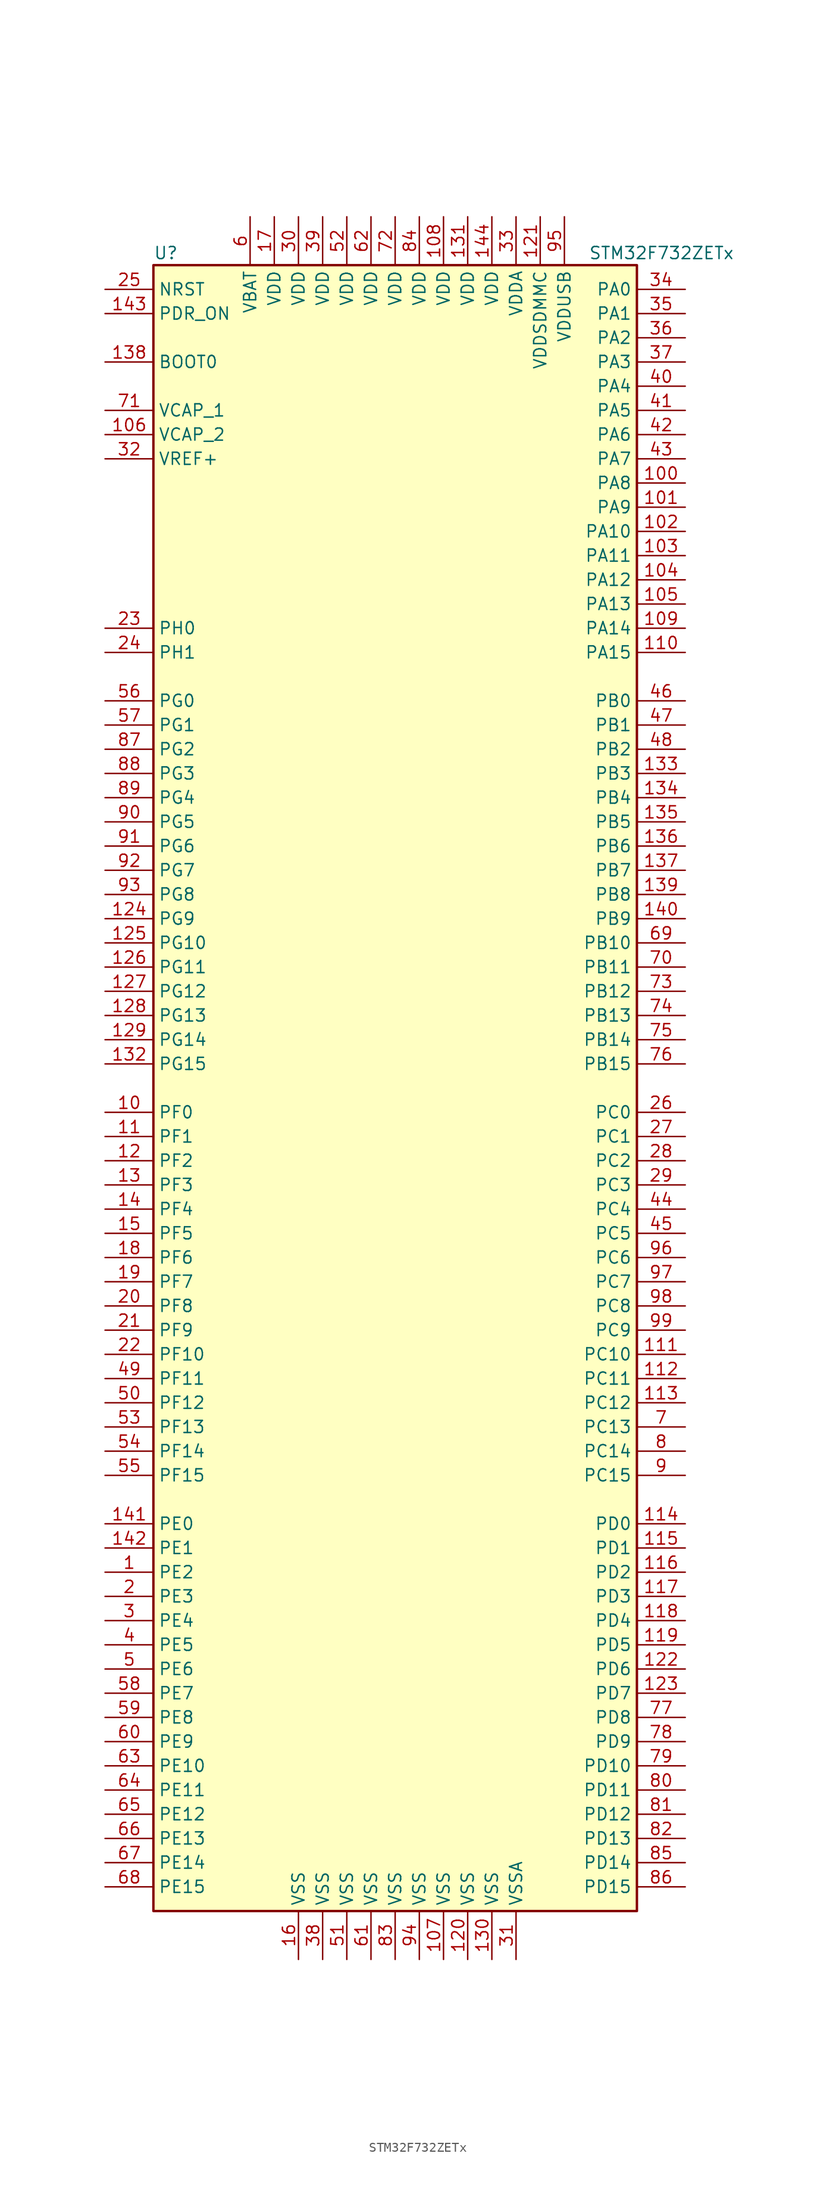
<source format=kicad_sym>
(kicad_symbol_lib
  (version 20201005)
  (generator kicad_symbol_editor)
  (symbol "MCU_ST_STM32F7:STM32F732ZETx"
    (property "Reference" "U"
      (at -25.4 87.63 0)
      (effects (font (size 1.27 1.27)) (justify left)))
    (property "Value" "STM32F732ZETx"
      (at 20.32 87.63 0)
      (effects (font (size 1.27 1.27)) (justify left)))
    (symbol "STM32F732ZETx_0_1"
      (rectangle (start -25.4 -86.36) (end 25.4 86.36) (stroke (width 0.254)) (fill (type background))))
    (symbol "STM32F732ZETx_1_1"
      (pin input line (at -30.48 76.2 0) (length 5.08) (name "BOOT0" (effects (font (size 1.27 1.27)))) (number "138" (effects (font (size 1.27 1.27)))))
      (pin input line (at -30.48 83.82 0) (length 5.08) (name "NRST" (effects (font (size 1.27 1.27)))) (number "25" (effects (font (size 1.27 1.27)))))
      (pin bidirectional line (at 30.48 83.82 180) (length 5.08) (name "PA0" (effects (font (size 1.27 1.27)))) (number "34" (effects (font (size 1.27 1.27)))))
      (pin bidirectional line (at 30.48 81.28 180) (length 5.08) (name "PA1" (effects (font (size 1.27 1.27)))) (number "35" (effects (font (size 1.27 1.27)))))
      (pin bidirectional line (at 30.48 58.42 180) (length 5.08) (name "PA10" (effects (font (size 1.27 1.27)))) (number "102" (effects (font (size 1.27 1.27)))))
      (pin bidirectional line (at 30.48 55.88 180) (length 5.08) (name "PA11" (effects (font (size 1.27 1.27)))) (number "103" (effects (font (size 1.27 1.27)))))
      (pin bidirectional line (at 30.48 53.34 180) (length 5.08) (name "PA12" (effects (font (size 1.27 1.27)))) (number "104" (effects (font (size 1.27 1.27)))))
      (pin bidirectional line (at 30.48 50.8 180) (length 5.08) (name "PA13" (effects (font (size 1.27 1.27)))) (number "105" (effects (font (size 1.27 1.27)))))
      (pin bidirectional line (at 30.48 48.26 180) (length 5.08) (name "PA14" (effects (font (size 1.27 1.27)))) (number "109" (effects (font (size 1.27 1.27)))))
      (pin bidirectional line (at 30.48 45.72 180) (length 5.08) (name "PA15" (effects (font (size 1.27 1.27)))) (number "110" (effects (font (size 1.27 1.27)))))
      (pin bidirectional line (at 30.48 78.74 180) (length 5.08) (name "PA2" (effects (font (size 1.27 1.27)))) (number "36" (effects (font (size 1.27 1.27)))))
      (pin bidirectional line (at 30.48 76.2 180) (length 5.08) (name "PA3" (effects (font (size 1.27 1.27)))) (number "37" (effects (font (size 1.27 1.27)))))
      (pin bidirectional line (at 30.48 73.66 180) (length 5.08) (name "PA4" (effects (font (size 1.27 1.27)))) (number "40" (effects (font (size 1.27 1.27)))))
      (pin bidirectional line (at 30.48 71.12 180) (length 5.08) (name "PA5" (effects (font (size 1.27 1.27)))) (number "41" (effects (font (size 1.27 1.27)))))
      (pin bidirectional line (at 30.48 68.58 180) (length 5.08) (name "PA6" (effects (font (size 1.27 1.27)))) (number "42" (effects (font (size 1.27 1.27)))))
      (pin bidirectional line (at 30.48 66.04 180) (length 5.08) (name "PA7" (effects (font (size 1.27 1.27)))) (number "43" (effects (font (size 1.27 1.27)))))
      (pin bidirectional line (at 30.48 63.5 180) (length 5.08) (name "PA8" (effects (font (size 1.27 1.27)))) (number "100" (effects (font (size 1.27 1.27)))))
      (pin bidirectional line (at 30.48 60.96 180) (length 5.08) (name "PA9" (effects (font (size 1.27 1.27)))) (number "101" (effects (font (size 1.27 1.27)))))
      (pin bidirectional line (at 30.48 40.64 180) (length 5.08) (name "PB0" (effects (font (size 1.27 1.27)))) (number "46" (effects (font (size 1.27 1.27)))))
      (pin bidirectional line (at 30.48 38.1 180) (length 5.08) (name "PB1" (effects (font (size 1.27 1.27)))) (number "47" (effects (font (size 1.27 1.27)))))
      (pin bidirectional line (at 30.48 15.24 180) (length 5.08) (name "PB10" (effects (font (size 1.27 1.27)))) (number "69" (effects (font (size 1.27 1.27)))))
      (pin bidirectional line (at 30.48 12.7 180) (length 5.08) (name "PB11" (effects (font (size 1.27 1.27)))) (number "70" (effects (font (size 1.27 1.27)))))
      (pin bidirectional line (at 30.48 10.16 180) (length 5.08) (name "PB12" (effects (font (size 1.27 1.27)))) (number "73" (effects (font (size 1.27 1.27)))))
      (pin bidirectional line (at 30.48 7.62 180) (length 5.08) (name "PB13" (effects (font (size 1.27 1.27)))) (number "74" (effects (font (size 1.27 1.27)))))
      (pin bidirectional line (at 30.48 5.08 180) (length 5.08) (name "PB14" (effects (font (size 1.27 1.27)))) (number "75" (effects (font (size 1.27 1.27)))))
      (pin bidirectional line (at 30.48 2.54 180) (length 5.08) (name "PB15" (effects (font (size 1.27 1.27)))) (number "76" (effects (font (size 1.27 1.27)))))
      (pin bidirectional line (at 30.48 35.56 180) (length 5.08) (name "PB2" (effects (font (size 1.27 1.27)))) (number "48" (effects (font (size 1.27 1.27)))))
      (pin bidirectional line (at 30.48 33.02 180) (length 5.08) (name "PB3" (effects (font (size 1.27 1.27)))) (number "133" (effects (font (size 1.27 1.27)))))
      (pin bidirectional line (at 30.48 30.48 180) (length 5.08) (name "PB4" (effects (font (size 1.27 1.27)))) (number "134" (effects (font (size 1.27 1.27)))))
      (pin bidirectional line (at 30.48 27.94 180) (length 5.08) (name "PB5" (effects (font (size 1.27 1.27)))) (number "135" (effects (font (size 1.27 1.27)))))
      (pin bidirectional line (at 30.48 25.4 180) (length 5.08) (name "PB6" (effects (font (size 1.27 1.27)))) (number "136" (effects (font (size 1.27 1.27)))))
      (pin bidirectional line (at 30.48 22.86 180) (length 5.08) (name "PB7" (effects (font (size 1.27 1.27)))) (number "137" (effects (font (size 1.27 1.27)))))
      (pin bidirectional line (at 30.48 20.32 180) (length 5.08) (name "PB8" (effects (font (size 1.27 1.27)))) (number "139" (effects (font (size 1.27 1.27)))))
      (pin bidirectional line (at 30.48 17.78 180) (length 5.08) (name "PB9" (effects (font (size 1.27 1.27)))) (number "140" (effects (font (size 1.27 1.27)))))
      (pin bidirectional line (at 30.48 -2.54 180) (length 5.08) (name "PC0" (effects (font (size 1.27 1.27)))) (number "26" (effects (font (size 1.27 1.27)))))
      (pin bidirectional line (at 30.48 -5.08 180) (length 5.08) (name "PC1" (effects (font (size 1.27 1.27)))) (number "27" (effects (font (size 1.27 1.27)))))
      (pin bidirectional line (at 30.48 -27.94 180) (length 5.08) (name "PC10" (effects (font (size 1.27 1.27)))) (number "111" (effects (font (size 1.27 1.27)))))
      (pin bidirectional line (at 30.48 -30.48 180) (length 5.08) (name "PC11" (effects (font (size 1.27 1.27)))) (number "112" (effects (font (size 1.27 1.27)))))
      (pin bidirectional line (at 30.48 -33.02 180) (length 5.08) (name "PC12" (effects (font (size 1.27 1.27)))) (number "113" (effects (font (size 1.27 1.27)))))
      (pin bidirectional line (at 30.48 -35.56 180) (length 5.08) (name "PC13" (effects (font (size 1.27 1.27)))) (number "7" (effects (font (size 1.27 1.27)))))
      (pin bidirectional line (at 30.48 -38.1 180) (length 5.08) (name "PC14" (effects (font (size 1.27 1.27)))) (number "8" (effects (font (size 1.27 1.27)))))
      (pin bidirectional line (at 30.48 -40.64 180) (length 5.08) (name "PC15" (effects (font (size 1.27 1.27)))) (number "9" (effects (font (size 1.27 1.27)))))
      (pin bidirectional line (at 30.48 -7.62 180) (length 5.08) (name "PC2" (effects (font (size 1.27 1.27)))) (number "28" (effects (font (size 1.27 1.27)))))
      (pin bidirectional line (at 30.48 -10.16 180) (length 5.08) (name "PC3" (effects (font (size 1.27 1.27)))) (number "29" (effects (font (size 1.27 1.27)))))
      (pin bidirectional line (at 30.48 -12.7 180) (length 5.08) (name "PC4" (effects (font (size 1.27 1.27)))) (number "44" (effects (font (size 1.27 1.27)))))
      (pin bidirectional line (at 30.48 -15.24 180) (length 5.08) (name "PC5" (effects (font (size 1.27 1.27)))) (number "45" (effects (font (size 1.27 1.27)))))
      (pin bidirectional line (at 30.48 -17.78 180) (length 5.08) (name "PC6" (effects (font (size 1.27 1.27)))) (number "96" (effects (font (size 1.27 1.27)))))
      (pin bidirectional line (at 30.48 -20.32 180) (length 5.08) (name "PC7" (effects (font (size 1.27 1.27)))) (number "97" (effects (font (size 1.27 1.27)))))
      (pin bidirectional line (at 30.48 -22.86 180) (length 5.08) (name "PC8" (effects (font (size 1.27 1.27)))) (number "98" (effects (font (size 1.27 1.27)))))
      (pin bidirectional line (at 30.48 -25.4 180) (length 5.08) (name "PC9" (effects (font (size 1.27 1.27)))) (number "99" (effects (font (size 1.27 1.27)))))
      (pin bidirectional line (at 30.48 -45.72 180) (length 5.08) (name "PD0" (effects (font (size 1.27 1.27)))) (number "114" (effects (font (size 1.27 1.27)))))
      (pin bidirectional line (at 30.48 -48.26 180) (length 5.08) (name "PD1" (effects (font (size 1.27 1.27)))) (number "115" (effects (font (size 1.27 1.27)))))
      (pin bidirectional line (at 30.48 -71.12 180) (length 5.08) (name "PD10" (effects (font (size 1.27 1.27)))) (number "79" (effects (font (size 1.27 1.27)))))
      (pin bidirectional line (at 30.48 -73.66 180) (length 5.08) (name "PD11" (effects (font (size 1.27 1.27)))) (number "80" (effects (font (size 1.27 1.27)))))
      (pin bidirectional line (at 30.48 -76.2 180) (length 5.08) (name "PD12" (effects (font (size 1.27 1.27)))) (number "81" (effects (font (size 1.27 1.27)))))
      (pin bidirectional line (at 30.48 -78.74 180) (length 5.08) (name "PD13" (effects (font (size 1.27 1.27)))) (number "82" (effects (font (size 1.27 1.27)))))
      (pin bidirectional line (at 30.48 -81.28 180) (length 5.08) (name "PD14" (effects (font (size 1.27 1.27)))) (number "85" (effects (font (size 1.27 1.27)))))
      (pin bidirectional line (at 30.48 -83.82 180) (length 5.08) (name "PD15" (effects (font (size 1.27 1.27)))) (number "86" (effects (font (size 1.27 1.27)))))
      (pin bidirectional line (at 30.48 -50.8 180) (length 5.08) (name "PD2" (effects (font (size 1.27 1.27)))) (number "116" (effects (font (size 1.27 1.27)))))
      (pin bidirectional line (at 30.48 -53.34 180) (length 5.08) (name "PD3" (effects (font (size 1.27 1.27)))) (number "117" (effects (font (size 1.27 1.27)))))
      (pin bidirectional line (at 30.48 -55.88 180) (length 5.08) (name "PD4" (effects (font (size 1.27 1.27)))) (number "118" (effects (font (size 1.27 1.27)))))
      (pin bidirectional line (at 30.48 -58.42 180) (length 5.08) (name "PD5" (effects (font (size 1.27 1.27)))) (number "119" (effects (font (size 1.27 1.27)))))
      (pin bidirectional line (at 30.48 -60.96 180) (length 5.08) (name "PD6" (effects (font (size 1.27 1.27)))) (number "122" (effects (font (size 1.27 1.27)))))
      (pin bidirectional line (at 30.48 -63.5 180) (length 5.08) (name "PD7" (effects (font (size 1.27 1.27)))) (number "123" (effects (font (size 1.27 1.27)))))
      (pin bidirectional line (at 30.48 -66.04 180) (length 5.08) (name "PD8" (effects (font (size 1.27 1.27)))) (number "77" (effects (font (size 1.27 1.27)))))
      (pin bidirectional line (at 30.48 -68.58 180) (length 5.08) (name "PD9" (effects (font (size 1.27 1.27)))) (number "78" (effects (font (size 1.27 1.27)))))
      (pin input line (at -30.48 81.28 0) (length 5.08) (name "PDR_ON" (effects (font (size 1.27 1.27)))) (number "143" (effects (font (size 1.27 1.27)))))
      (pin bidirectional line (at -30.48 -45.72 0) (length 5.08) (name "PE0" (effects (font (size 1.27 1.27)))) (number "141" (effects (font (size 1.27 1.27)))))
      (pin bidirectional line (at -30.48 -48.26 0) (length 5.08) (name "PE1" (effects (font (size 1.27 1.27)))) (number "142" (effects (font (size 1.27 1.27)))))
      (pin bidirectional line (at -30.48 -71.12 0) (length 5.08) (name "PE10" (effects (font (size 1.27 1.27)))) (number "63" (effects (font (size 1.27 1.27)))))
      (pin bidirectional line (at -30.48 -73.66 0) (length 5.08) (name "PE11" (effects (font (size 1.27 1.27)))) (number "64" (effects (font (size 1.27 1.27)))))
      (pin bidirectional line (at -30.48 -76.2 0) (length 5.08) (name "PE12" (effects (font (size 1.27 1.27)))) (number "65" (effects (font (size 1.27 1.27)))))
      (pin bidirectional line (at -30.48 -78.74 0) (length 5.08) (name "PE13" (effects (font (size 1.27 1.27)))) (number "66" (effects (font (size 1.27 1.27)))))
      (pin bidirectional line (at -30.48 -81.28 0) (length 5.08) (name "PE14" (effects (font (size 1.27 1.27)))) (number "67" (effects (font (size 1.27 1.27)))))
      (pin bidirectional line (at -30.48 -83.82 0) (length 5.08) (name "PE15" (effects (font (size 1.27 1.27)))) (number "68" (effects (font (size 1.27 1.27)))))
      (pin bidirectional line (at -30.48 -50.8 0) (length 5.08) (name "PE2" (effects (font (size 1.27 1.27)))) (number "1" (effects (font (size 1.27 1.27)))))
      (pin bidirectional line (at -30.48 -53.34 0) (length 5.08) (name "PE3" (effects (font (size 1.27 1.27)))) (number "2" (effects (font (size 1.27 1.27)))))
      (pin bidirectional line (at -30.48 -55.88 0) (length 5.08) (name "PE4" (effects (font (size 1.27 1.27)))) (number "3" (effects (font (size 1.27 1.27)))))
      (pin bidirectional line (at -30.48 -58.42 0) (length 5.08) (name "PE5" (effects (font (size 1.27 1.27)))) (number "4" (effects (font (size 1.27 1.27)))))
      (pin bidirectional line (at -30.48 -60.96 0) (length 5.08) (name "PE6" (effects (font (size 1.27 1.27)))) (number "5" (effects (font (size 1.27 1.27)))))
      (pin bidirectional line (at -30.48 -63.5 0) (length 5.08) (name "PE7" (effects (font (size 1.27 1.27)))) (number "58" (effects (font (size 1.27 1.27)))))
      (pin bidirectional line (at -30.48 -66.04 0) (length 5.08) (name "PE8" (effects (font (size 1.27 1.27)))) (number "59" (effects (font (size 1.27 1.27)))))
      (pin bidirectional line (at -30.48 -68.58 0) (length 5.08) (name "PE9" (effects (font (size 1.27 1.27)))) (number "60" (effects (font (size 1.27 1.27)))))
      (pin bidirectional line (at -30.48 -2.54 0) (length 5.08) (name "PF0" (effects (font (size 1.27 1.27)))) (number "10" (effects (font (size 1.27 1.27)))))
      (pin bidirectional line (at -30.48 -5.08 0) (length 5.08) (name "PF1" (effects (font (size 1.27 1.27)))) (number "11" (effects (font (size 1.27 1.27)))))
      (pin bidirectional line (at -30.48 -27.94 0) (length 5.08) (name "PF10" (effects (font (size 1.27 1.27)))) (number "22" (effects (font (size 1.27 1.27)))))
      (pin bidirectional line (at -30.48 -30.48 0) (length 5.08) (name "PF11" (effects (font (size 1.27 1.27)))) (number "49" (effects (font (size 1.27 1.27)))))
      (pin bidirectional line (at -30.48 -33.02 0) (length 5.08) (name "PF12" (effects (font (size 1.27 1.27)))) (number "50" (effects (font (size 1.27 1.27)))))
      (pin bidirectional line (at -30.48 -35.56 0) (length 5.08) (name "PF13" (effects (font (size 1.27 1.27)))) (number "53" (effects (font (size 1.27 1.27)))))
      (pin bidirectional line (at -30.48 -38.1 0) (length 5.08) (name "PF14" (effects (font (size 1.27 1.27)))) (number "54" (effects (font (size 1.27 1.27)))))
      (pin bidirectional line (at -30.48 -40.64 0) (length 5.08) (name "PF15" (effects (font (size 1.27 1.27)))) (number "55" (effects (font (size 1.27 1.27)))))
      (pin bidirectional line (at -30.48 -7.62 0) (length 5.08) (name "PF2" (effects (font (size 1.27 1.27)))) (number "12" (effects (font (size 1.27 1.27)))))
      (pin bidirectional line (at -30.48 -10.16 0) (length 5.08) (name "PF3" (effects (font (size 1.27 1.27)))) (number "13" (effects (font (size 1.27 1.27)))))
      (pin bidirectional line (at -30.48 -12.7 0) (length 5.08) (name "PF4" (effects (font (size 1.27 1.27)))) (number "14" (effects (font (size 1.27 1.27)))))
      (pin bidirectional line (at -30.48 -15.24 0) (length 5.08) (name "PF5" (effects (font (size 1.27 1.27)))) (number "15" (effects (font (size 1.27 1.27)))))
      (pin bidirectional line (at -30.48 -17.78 0) (length 5.08) (name "PF6" (effects (font (size 1.27 1.27)))) (number "18" (effects (font (size 1.27 1.27)))))
      (pin bidirectional line (at -30.48 -20.32 0) (length 5.08) (name "PF7" (effects (font (size 1.27 1.27)))) (number "19" (effects (font (size 1.27 1.27)))))
      (pin bidirectional line (at -30.48 -22.86 0) (length 5.08) (name "PF8" (effects (font (size 1.27 1.27)))) (number "20" (effects (font (size 1.27 1.27)))))
      (pin bidirectional line (at -30.48 -25.4 0) (length 5.08) (name "PF9" (effects (font (size 1.27 1.27)))) (number "21" (effects (font (size 1.27 1.27)))))
      (pin bidirectional line (at -30.48 40.64 0) (length 5.08) (name "PG0" (effects (font (size 1.27 1.27)))) (number "56" (effects (font (size 1.27 1.27)))))
      (pin bidirectional line (at -30.48 38.1 0) (length 5.08) (name "PG1" (effects (font (size 1.27 1.27)))) (number "57" (effects (font (size 1.27 1.27)))))
      (pin bidirectional line (at -30.48 15.24 0) (length 5.08) (name "PG10" (effects (font (size 1.27 1.27)))) (number "125" (effects (font (size 1.27 1.27)))))
      (pin bidirectional line (at -30.48 12.7 0) (length 5.08) (name "PG11" (effects (font (size 1.27 1.27)))) (number "126" (effects (font (size 1.27 1.27)))))
      (pin bidirectional line (at -30.48 10.16 0) (length 5.08) (name "PG12" (effects (font (size 1.27 1.27)))) (number "127" (effects (font (size 1.27 1.27)))))
      (pin bidirectional line (at -30.48 7.62 0) (length 5.08) (name "PG13" (effects (font (size 1.27 1.27)))) (number "128" (effects (font (size 1.27 1.27)))))
      (pin bidirectional line (at -30.48 5.08 0) (length 5.08) (name "PG14" (effects (font (size 1.27 1.27)))) (number "129" (effects (font (size 1.27 1.27)))))
      (pin bidirectional line (at -30.48 2.54 0) (length 5.08) (name "PG15" (effects (font (size 1.27 1.27)))) (number "132" (effects (font (size 1.27 1.27)))))
      (pin bidirectional line (at -30.48 35.56 0) (length 5.08) (name "PG2" (effects (font (size 1.27 1.27)))) (number "87" (effects (font (size 1.27 1.27)))))
      (pin bidirectional line (at -30.48 33.02 0) (length 5.08) (name "PG3" (effects (font (size 1.27 1.27)))) (number "88" (effects (font (size 1.27 1.27)))))
      (pin bidirectional line (at -30.48 30.48 0) (length 5.08) (name "PG4" (effects (font (size 1.27 1.27)))) (number "89" (effects (font (size 1.27 1.27)))))
      (pin bidirectional line (at -30.48 27.94 0) (length 5.08) (name "PG5" (effects (font (size 1.27 1.27)))) (number "90" (effects (font (size 1.27 1.27)))))
      (pin bidirectional line (at -30.48 25.4 0) (length 5.08) (name "PG6" (effects (font (size 1.27 1.27)))) (number "91" (effects (font (size 1.27 1.27)))))
      (pin bidirectional line (at -30.48 22.86 0) (length 5.08) (name "PG7" (effects (font (size 1.27 1.27)))) (number "92" (effects (font (size 1.27 1.27)))))
      (pin bidirectional line (at -30.48 20.32 0) (length 5.08) (name "PG8" (effects (font (size 1.27 1.27)))) (number "93" (effects (font (size 1.27 1.27)))))
      (pin bidirectional line (at -30.48 17.78 0) (length 5.08) (name "PG9" (effects (font (size 1.27 1.27)))) (number "124" (effects (font (size 1.27 1.27)))))
      (pin input line (at -30.48 48.26 0) (length 5.08) (name "PH0" (effects (font (size 1.27 1.27)))) (number "23" (effects (font (size 1.27 1.27)))))
      (pin input line (at -30.48 45.72 0) (length 5.08) (name "PH1" (effects (font (size 1.27 1.27)))) (number "24" (effects (font (size 1.27 1.27)))))
      (pin power_in line (at -15.24 91.44 270) (length 5.08) (name "VBAT" (effects (font (size 1.27 1.27)))) (number "6" (effects (font (size 1.27 1.27)))))
      (pin power_in line (at -30.48 71.12 0) (length 5.08) (name "VCAP_1" (effects (font (size 1.27 1.27)))) (number "71" (effects (font (size 1.27 1.27)))))
      (pin power_in line (at -30.48 68.58 0) (length 5.08) (name "VCAP_2" (effects (font (size 1.27 1.27)))) (number "106" (effects (font (size 1.27 1.27)))))
      (pin power_in line (at 5.08 91.44 270) (length 5.08) (name "VDD" (effects (font (size 1.27 1.27)))) (number "108" (effects (font (size 1.27 1.27)))))
      (pin power_in line (at 7.62 91.44 270) (length 5.08) (name "VDD" (effects (font (size 1.27 1.27)))) (number "131" (effects (font (size 1.27 1.27)))))
      (pin power_in line (at 10.16 91.44 270) (length 5.08) (name "VDD" (effects (font (size 1.27 1.27)))) (number "144" (effects (font (size 1.27 1.27)))))
      (pin power_in line (at -12.7 91.44 270) (length 5.08) (name "VDD" (effects (font (size 1.27 1.27)))) (number "17" (effects (font (size 1.27 1.27)))))
      (pin power_in line (at -10.16 91.44 270) (length 5.08) (name "VDD" (effects (font (size 1.27 1.27)))) (number "30" (effects (font (size 1.27 1.27)))))
      (pin power_in line (at -7.62 91.44 270) (length 5.08) (name "VDD" (effects (font (size 1.27 1.27)))) (number "39" (effects (font (size 1.27 1.27)))))
      (pin power_in line (at -5.08 91.44 270) (length 5.08) (name "VDD" (effects (font (size 1.27 1.27)))) (number "52" (effects (font (size 1.27 1.27)))))
      (pin power_in line (at -2.54 91.44 270) (length 5.08) (name "VDD" (effects (font (size 1.27 1.27)))) (number "62" (effects (font (size 1.27 1.27)))))
      (pin power_in line (at 0 91.44 270) (length 5.08) (name "VDD" (effects (font (size 1.27 1.27)))) (number "72" (effects (font (size 1.27 1.27)))))
      (pin power_in line (at 2.54 91.44 270) (length 5.08) (name "VDD" (effects (font (size 1.27 1.27)))) (number "84" (effects (font (size 1.27 1.27)))))
      (pin power_in line (at 12.7 91.44 270) (length 5.08) (name "VDDA" (effects (font (size 1.27 1.27)))) (number "33" (effects (font (size 1.27 1.27)))))
      (pin power_in line (at 15.24 91.44 270) (length 5.08) (name "VDDSDMMC" (effects (font (size 1.27 1.27)))) (number "121" (effects (font (size 1.27 1.27)))))
      (pin power_in line (at 17.78 91.44 270) (length 5.08) (name "VDDUSB" (effects (font (size 1.27 1.27)))) (number "95" (effects (font (size 1.27 1.27)))))
      (pin power_in line (at -30.48 66.04 0) (length 5.08) (name "VREF+" (effects (font (size 1.27 1.27)))) (number "32" (effects (font (size 1.27 1.27)))))
      (pin power_in line (at 5.08 -91.44 90) (length 5.08) (name "VSS" (effects (font (size 1.27 1.27)))) (number "107" (effects (font (size 1.27 1.27)))))
      (pin power_in line (at 7.62 -91.44 90) (length 5.08) (name "VSS" (effects (font (size 1.27 1.27)))) (number "120" (effects (font (size 1.27 1.27)))))
      (pin power_in line (at 10.16 -91.44 90) (length 5.08) (name "VSS" (effects (font (size 1.27 1.27)))) (number "130" (effects (font (size 1.27 1.27)))))
      (pin power_in line (at -10.16 -91.44 90) (length 5.08) (name "VSS" (effects (font (size 1.27 1.27)))) (number "16" (effects (font (size 1.27 1.27)))))
      (pin power_in line (at -7.62 -91.44 90) (length 5.08) (name "VSS" (effects (font (size 1.27 1.27)))) (number "38" (effects (font (size 1.27 1.27)))))
      (pin power_in line (at -5.08 -91.44 90) (length 5.08) (name "VSS" (effects (font (size 1.27 1.27)))) (number "51" (effects (font (size 1.27 1.27)))))
      (pin power_in line (at -2.54 -91.44 90) (length 5.08) (name "VSS" (effects (font (size 1.27 1.27)))) (number "61" (effects (font (size 1.27 1.27)))))
      (pin power_in line (at 0 -91.44 90) (length 5.08) (name "VSS" (effects (font (size 1.27 1.27)))) (number "83" (effects (font (size 1.27 1.27)))))
      (pin power_in line (at 2.54 -91.44 90) (length 5.08) (name "VSS" (effects (font (size 1.27 1.27)))) (number "94" (effects (font (size 1.27 1.27)))))
      (pin power_in line (at 12.7 -91.44 90) (length 5.08) (name "VSSA" (effects (font (size 1.27 1.27)))) (number "31" (effects (font (size 1.27 1.27))))))))
</source>
